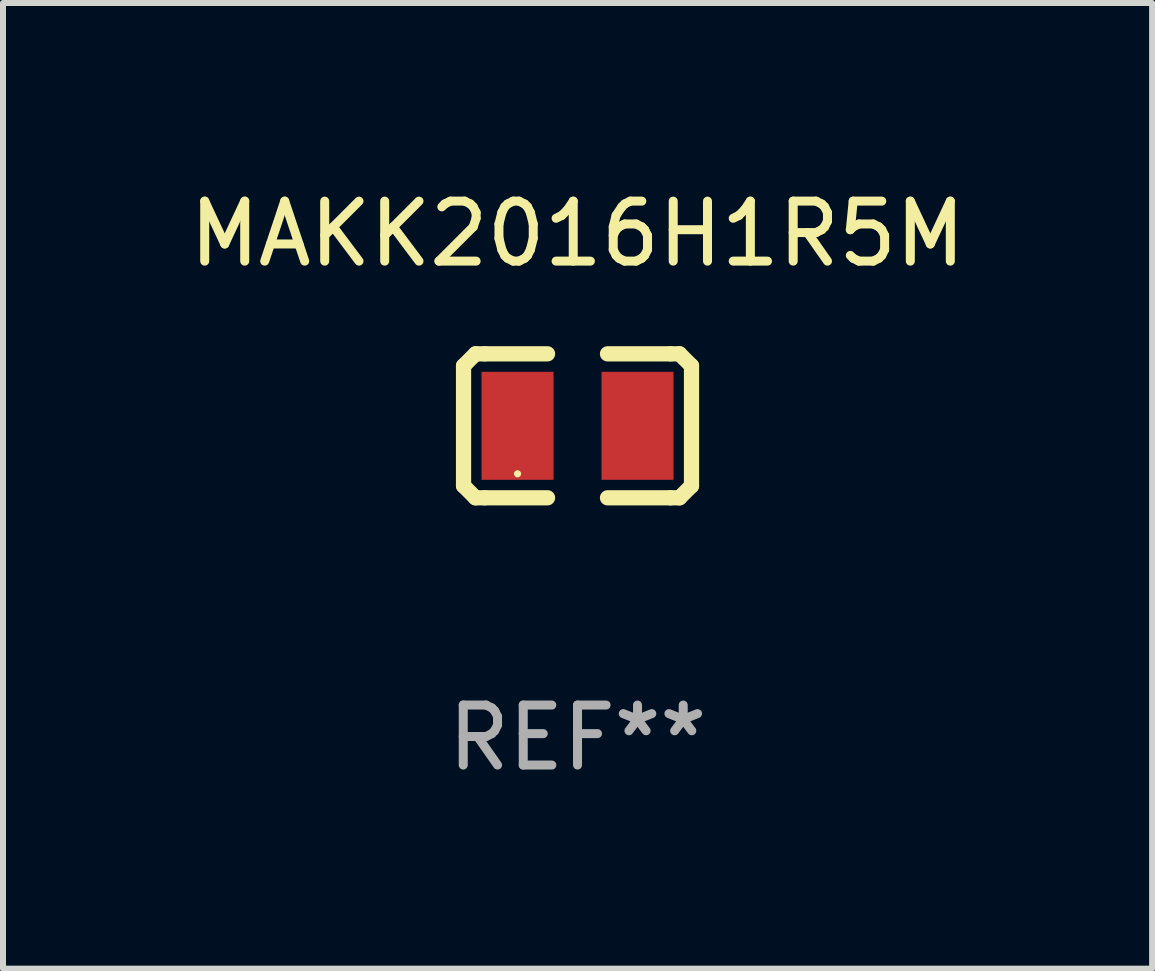
<source format=kicad_pcb>
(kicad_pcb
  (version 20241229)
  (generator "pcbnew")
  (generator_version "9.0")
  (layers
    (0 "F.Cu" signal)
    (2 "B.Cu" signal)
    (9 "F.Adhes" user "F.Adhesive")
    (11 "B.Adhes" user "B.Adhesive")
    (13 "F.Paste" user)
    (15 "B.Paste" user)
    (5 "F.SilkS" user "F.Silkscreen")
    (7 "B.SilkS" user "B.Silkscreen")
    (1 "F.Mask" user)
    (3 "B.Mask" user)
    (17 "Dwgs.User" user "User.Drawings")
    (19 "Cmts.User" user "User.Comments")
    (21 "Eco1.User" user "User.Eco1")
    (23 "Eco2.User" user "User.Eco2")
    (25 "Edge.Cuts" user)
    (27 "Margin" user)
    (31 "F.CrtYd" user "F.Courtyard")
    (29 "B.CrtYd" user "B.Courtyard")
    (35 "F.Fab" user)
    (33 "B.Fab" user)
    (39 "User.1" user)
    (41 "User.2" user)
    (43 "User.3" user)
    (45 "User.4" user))
  (footprint "MAKK2016H1R5M"
    (layer "F.Cu")
    (at 6.577 4.048)
    (property "Reference" "MAKK2016H1R5M" (at 0 -3.2 0) (layer "F.SilkS") (effects (font (size 1 1) (thickness 0.15))))
    (attr through_hole)
    (fp_line (start -1.9 -1) (end -1.9 1) (stroke (width 0.254) (type solid)) (layer "F.SilkS"))
    (fp_line (start -1.7 -1.2) (end -1.9 -1) (stroke (width 0.254) (type solid)) (layer "F.SilkS"))
    (fp_line (start -1.7 1.2) (end -1.9 1) (stroke (width 0.254) (type solid)) (layer "F.SilkS"))
    (fp_line (start -1.55 -1.2) (end -1.7 -1.2) (stroke (width 0.254) (type solid)) (layer "F.SilkS"))
    (fp_line (start -1.55 1.2) (end -1.7 1.2) (stroke (width 0.254) (type solid)) (layer "F.SilkS"))
    (fp_line (start -0.5 -1.2) (end -1.55 -1.2) (stroke (width 0.254) (type solid)) (layer "F.SilkS"))
    (fp_line (start -0.5 1.2) (end -1.55 1.2) (stroke (width 0.254) (type solid)) (layer "F.SilkS"))
    (fp_line (start 0.5 -1.2) (end 1.55 -1.2) (stroke (width 0.254) (type solid)) (layer "F.SilkS"))
    (fp_line (start 0.5 1.2) (end 1.55 1.2) (stroke (width 0.254) (type solid)) (layer "F.SilkS"))
    (fp_line (start 1.55 -1.2) (end 1.7 -1.2) (stroke (width 0.254) (type solid)) (layer "F.SilkS"))
    (fp_line (start 1.55 1.2) (end 1.7 1.2) (stroke (width 0.254) (type solid)) (layer "F.SilkS"))
    (fp_line (start 1.7 -1.2) (end 1.9 -1) (stroke (width 0.254) (type solid)) (layer "F.SilkS"))
    (fp_line (start 1.7 1.2) (end 1.9 1) (stroke (width 0.254) (type solid)) (layer "F.SilkS"))
    (fp_line (start 1.9 -1) (end 1.9 1) (stroke (width 0.254) (type solid)) (layer "F.SilkS"))
    (fp_circle (center -1 0.8) (end -0.97 0.8) (stroke (width 0.06) (type solid)) (fill no) (layer "F.SilkS"))
    (fp_text user "REF**" (at 0 5.2 0) (layer "F.Fab") (effects (font (size 1 1) (thickness 0.15))))
    (pad "1" smd rect (at -1 0) (size 1.2 1.8) (layers "F.Cu" "F.Mask" "F.Paste"))
    (pad "2" smd rect (at 1 0) (size 1.2 1.8) (layers "F.Cu" "F.Mask" "F.Paste")))
  (gr_rect
    (start -3 -3)
    (end 16.155 13.097)
    (stroke (width 0.1) (type default))
    (fill no)
    (layer "Edge.Cuts")))
</source>
